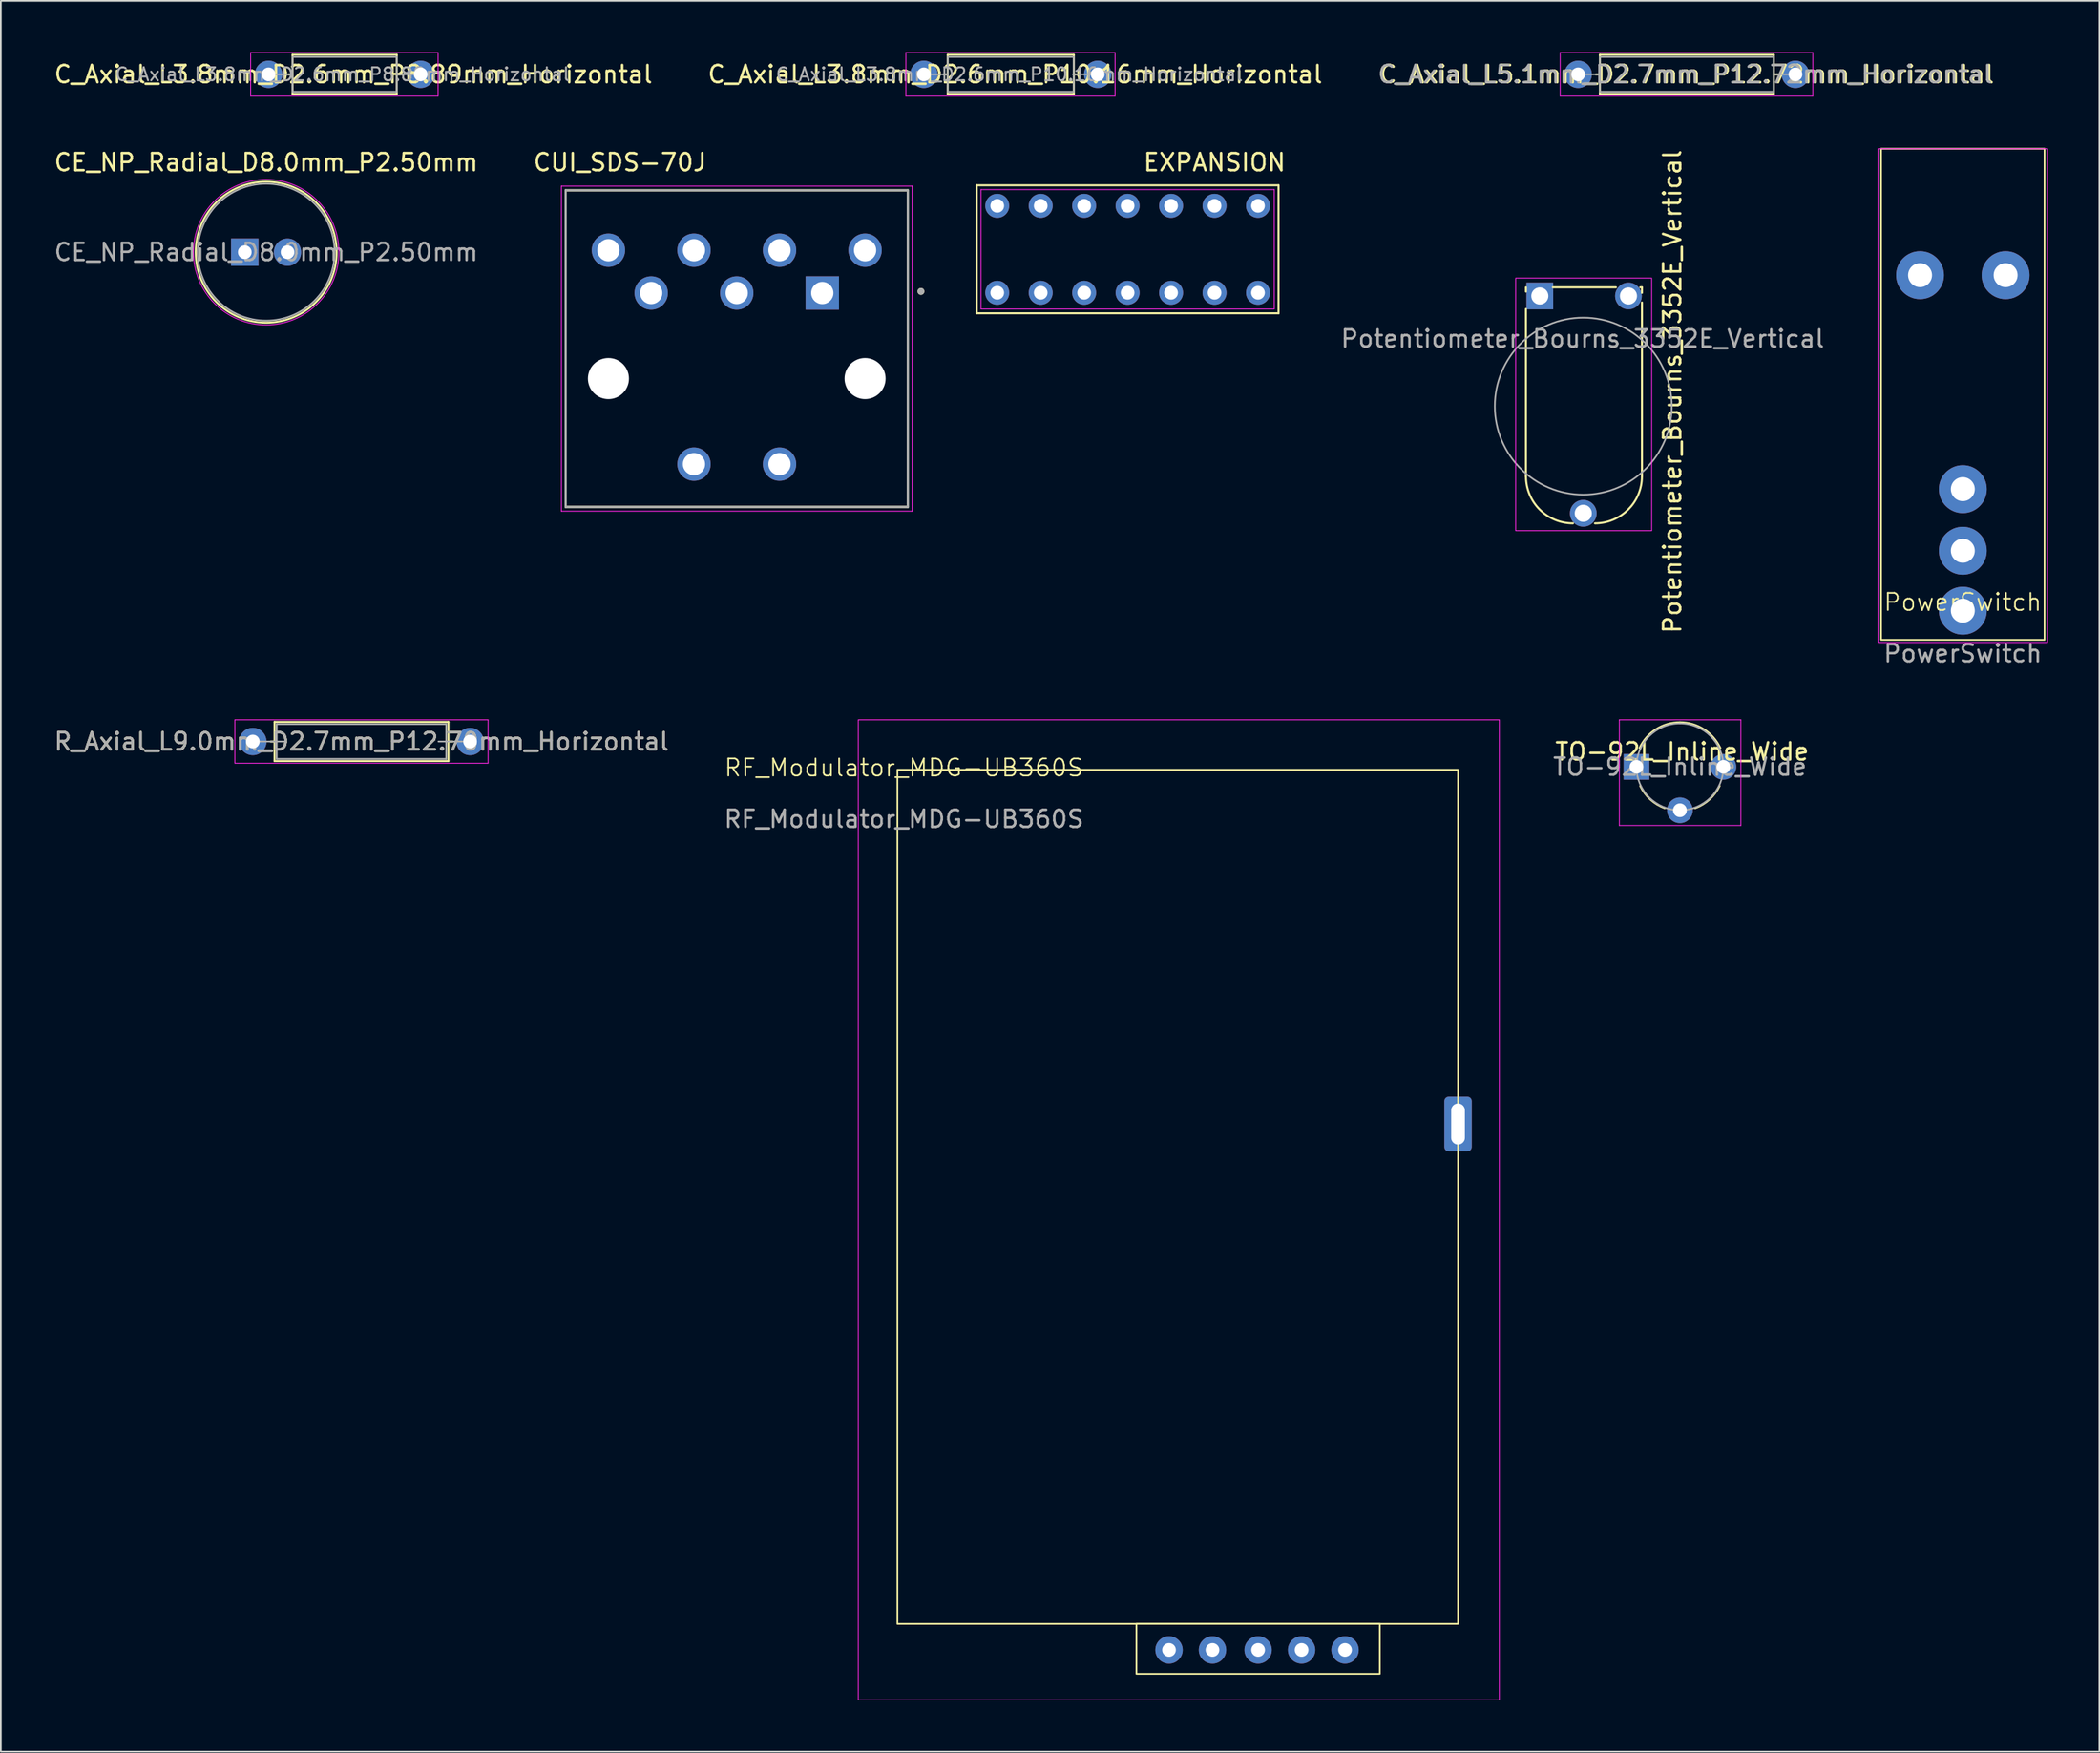
<source format=kicad_pcb>
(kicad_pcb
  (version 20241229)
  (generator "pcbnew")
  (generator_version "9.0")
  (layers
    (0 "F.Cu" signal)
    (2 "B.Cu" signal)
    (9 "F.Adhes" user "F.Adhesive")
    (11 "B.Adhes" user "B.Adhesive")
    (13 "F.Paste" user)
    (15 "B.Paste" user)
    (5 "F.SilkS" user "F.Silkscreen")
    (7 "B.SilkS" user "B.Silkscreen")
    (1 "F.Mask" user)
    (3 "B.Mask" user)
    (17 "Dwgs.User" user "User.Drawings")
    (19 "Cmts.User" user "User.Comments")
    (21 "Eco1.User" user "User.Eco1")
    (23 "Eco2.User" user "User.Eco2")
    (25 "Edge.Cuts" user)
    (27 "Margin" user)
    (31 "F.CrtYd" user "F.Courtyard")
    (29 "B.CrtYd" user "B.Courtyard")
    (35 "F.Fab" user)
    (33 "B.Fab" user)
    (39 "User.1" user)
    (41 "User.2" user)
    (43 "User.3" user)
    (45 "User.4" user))
  (footprint "Potentiometer_Bourns_3352E_Vertical"
    (layer "F.Cu")
    (at 86.945 14.246)
    (property "Reference" "Potentiometer_Bourns_3352E_Vertical" (at 7.747 5.588 90) (layer "F.SilkS") (effects (font (size 1 1) (thickness 0.15))))
    (attr through_hole)
    (fp_line (start -0.81 -0.504) (end -0.81 -0.254) (stroke (width 0.12) (type solid)) (layer "F.SilkS"))
    (fp_line (start -0.81 10.541) (end -0.81 0.762) (stroke (width 0.12) (type solid)) (layer "F.SilkS"))
    (fp_line (start 0.762 -0.504) (end 4.449 -0.504) (stroke (width 0.12) (type solid)) (layer "F.SilkS"))
    (fp_line (start 5.869 -0.504) (end 5.969 -0.504) (stroke (width 0.12) (type solid)) (layer "F.SilkS"))
    (fp_line (start 5.969 -0.504) (end 5.969 -0.183) (stroke (width 0.12) (type solid)) (layer "F.SilkS"))
    (fp_line (start 5.969 0.381) (end 5.969 10.541) (stroke (width 0.12) (type solid)) (layer "F.SilkS"))
    (fp_arc (start 1.935997 13.286997) (mid -0.005716 12.482713) (end -0.81 10.541) (stroke (width 0.12) (type solid)) (layer "F.SilkS"))
    (fp_arc (start 5.969 10.541) (mid 5.164716 12.482713) (end 3.223003 13.286997) (stroke (width 0.12) (type solid)) (layer "F.SilkS"))
    (fp_rect (start -1.411 -1.042) (end 6.538 13.716) (stroke (width 0.05) (type default)) (fill no) (layer "F.CrtYd"))
    (fp_circle (center 2.54 6.44) (end 5.54 2.229) (stroke (width 0.1) (type solid)) (fill no) (layer "F.Fab"))
    (fp_text user "${REFERENCE}" (at 2.5 2.5 0) (layer "F.Fab") (effects (font (size 1 1) (thickness 0.15))))
    (pad "1" thru_hole rect (at 0 0) (size 1.56 1.56) (drill 1) (layers "*.Cu" "*.Mask"))
    (pad "2" thru_hole circle (at 2.54 12.7) (size 1.56 1.56) (drill 1) (layers "*.Cu" "*.Mask"))
    (pad "3" thru_hole circle (at 5.18 0) (size 1.56 1.56) (drill 1) (layers "*.Cu" "*.Mask")))
  (footprint "C_Axial_L5.1mm_D2.7mm_P12.72mm_Horizontal"
    (layer "F.Cu")
    (at 89.185 1.295)
    (property "Reference" "C_Axial_L5.1mm_D2.7mm_P12.72mm_Horizontal" (at 6.35 0 0) (layer "F.SilkS") (effects (font (size 1 1) (thickness 0.15))))
    (attr through_hole)
    (fp_line (start 1.04 0) (end 1.27 0) (stroke (width 0.12) (type solid)) (layer "F.SilkS"))
    (fp_line (start 1.27 -1.143) (end 1.27 1.143) (stroke (width 0.12) (type solid)) (layer "F.SilkS"))
    (fp_line (start 1.27 1.143) (end 11.43 1.143) (stroke (width 0.12) (type solid)) (layer "F.SilkS"))
    (fp_line (start 11.43 -1.143) (end 1.27 -1.143) (stroke (width 0.12) (type solid)) (layer "F.SilkS"))
    (fp_line (start 11.43 1.143) (end 11.43 -1.143) (stroke (width 0.12) (type solid)) (layer "F.SilkS"))
    (fp_line (start 11.684 0) (end 11.43 0) (stroke (width 0.12) (type solid)) (layer "F.SilkS"))
    (fp_line (start -1.05 -1.27) (end -1.05 1.27) (stroke (width 0.05) (type solid)) (layer "F.CrtYd"))
    (fp_line (start -1.05 1.27) (end 13.716 1.27) (stroke (width 0.05) (type solid)) (layer "F.CrtYd"))
    (fp_line (start 13.716 -1.27) (end -1.05 -1.27) (stroke (width 0.05) (type solid)) (layer "F.CrtYd"))
    (fp_line (start 13.716 1.27) (end 13.716 -1.27) (stroke (width 0.05) (type solid)) (layer "F.CrtYd"))
    (fp_line (start 0 0) (end 1.27 0) (stroke (width 0.1) (type solid)) (layer "F.Fab"))
    (fp_line (start 1.27 -1.016) (end 1.27 1.016) (stroke (width 0.1) (type solid)) (layer "F.Fab"))
    (fp_line (start 1.27 1.016) (end 11.43 1.016) (stroke (width 0.1) (type solid)) (layer "F.Fab"))
    (fp_line (start 11.43 -1.016) (end 1.27 -1.016) (stroke (width 0.1) (type solid)) (layer "F.Fab"))
    (fp_line (start 11.43 1.016) (end 11.43 -1.016) (stroke (width 0.1) (type solid)) (layer "F.Fab"))
    (fp_line (start 12.5 0) (end 11.43 0) (stroke (width 0.1) (type solid)) (layer "F.Fab"))
    (fp_text user "${REFERENCE}" (at 6.25 0 0) (layer "F.Fab") (effects (font (size 1 1) (thickness 0.15))))
    (pad "1" thru_hole circle (at 0 0) (size 1.6 1.6) (drill 0.8) (layers "*.Cu" "*.Mask"))
    (pad "2" thru_hole oval (at 12.7 0) (size 1.6 1.6) (drill 0.8) (layers "*.Cu" "*.Mask")))
  (footprint "CE_NP_Radial_D8.0mm_P2.50mm"
    (layer "F.Cu")
    (at 11.256 11.688)
    (property "Reference" "CE_NP_Radial_D8.0mm_P2.50mm" (at 1.25 -5.25 0) (layer "F.SilkS") (effects (font (size 1 1) (thickness 0.15))))
    (attr through_hole)
    (fp_circle (center 1.25 0) (end 5.37 0) (stroke (width 0.12) (type solid)) (fill no) (layer "F.SilkS"))
    (fp_circle (center 1.25 0) (end 5.5 0) (stroke (width 0.05) (type solid)) (fill no) (layer "F.CrtYd"))
    (fp_circle (center 1.25 0) (end 5.25 0) (stroke (width 0.1) (type solid)) (fill no) (layer "F.Fab"))
    (fp_text user "${REFERENCE}" (at 1.25 0 0) (layer "F.Fab") (effects (font (size 1 1) (thickness 0.15))))
    (pad "1" thru_hole rect (at 0 0) (size 1.6 1.6) (drill 0.8) (layers "*.Cu" "*.Mask"))
    (pad "2" thru_hole circle (at 2.5 0) (size 1.6 1.6) (drill 0.8) (layers "*.Cu" "*.Mask")))
  (footprint "CUI_SDS-70J"
    (layer "F.Cu")
    (at 40.01 19.073)
    (property "Reference" "CUI_SDS-70J" (at -6.825 -12.635 0) (layer "F.SilkS") (effects (font (size 1 1) (thickness 0.15))))
    (attr through_hole)
    (fp_line (start -10 -11) (end 10 -11) (stroke (width 0.127) (type solid)) (layer "F.SilkS"))
    (fp_line (start -10 7.5) (end -10 -11) (stroke (width 0.127) (type solid)) (layer "F.SilkS"))
    (fp_line (start -10 7.5) (end 10 7.5) (stroke (width 0.127) (type solid)) (layer "F.SilkS"))
    (fp_line (start 10 -11) (end 10 7.5) (stroke (width 0.127) (type solid)) (layer "F.SilkS"))
    (fp_circle (center 10.764 -5.094) (end 10.864 -5.094) (stroke (width 0.2) (type solid)) (fill no) (layer "F.SilkS"))
    (fp_line (start -10.25 -11.25) (end 10.25 -11.25) (stroke (width 0.05) (type solid)) (layer "F.CrtYd"))
    (fp_line (start -10.25 7.75) (end -10.25 -11.25) (stroke (width 0.05) (type solid)) (layer "F.CrtYd"))
    (fp_line (start 10.25 -11.25) (end 10.25 7.75) (stroke (width 0.05) (type solid)) (layer "F.CrtYd"))
    (fp_line (start 10.25 7.75) (end -10.25 7.75) (stroke (width 0.05) (type solid)) (layer "F.CrtYd"))
    (fp_line (start -10 -11) (end 10 -11) (stroke (width 0.127) (type solid)) (layer "F.Fab"))
    (fp_line (start -10 7.5) (end -10 -11) (stroke (width 0.127) (type solid)) (layer "F.Fab"))
    (fp_line (start 10 -11) (end 10 7.5) (stroke (width 0.127) (type solid)) (layer "F.Fab"))
    (fp_line (start 10 7.5) (end -10 7.5) (stroke (width 0.127) (type solid)) (layer "F.Fab"))
    (fp_circle (center 10.764 -5.094) (end 10.864 -5.094) (stroke (width 0.2) (type solid)) (fill no) (layer "F.Fab"))
    (pad "" np_thru_hole circle (at -7.5 0) (size 2.4 2.4) (drill 2.4) (layers "*.Cu" "*.Mask"))
    (pad "" np_thru_hole circle (at 7.5 0) (size 2.4 2.4) (drill 2.4) (layers "*.Cu" "*.Mask"))
    (pad "1" thru_hole rect (at 5 -5) (size 1.95 1.95) (drill 1.3) (layers "*.Cu" "*.Mask"))
    (pad "2" thru_hole circle (at 0 -5) (size 1.95 1.95) (drill 1.3) (layers "*.Cu" "*.Mask"))
    (pad "3" thru_hole circle (at -5 -5) (size 1.95 1.95) (drill 1.3) (layers "*.Cu" "*.Mask"))
    (pad "4" thru_hole circle (at 2.5 -7.5) (size 1.95 1.95) (drill 1.3) (layers "*.Cu" "*.Mask"))
    (pad "5" thru_hole circle (at -2.5 -7.5) (size 1.95 1.95) (drill 1.3) (layers "*.Cu" "*.Mask"))
    (pad "6" thru_hole circle (at 7.5 -7.5) (size 1.95 1.95) (drill 1.3) (layers "*.Cu" "*.Mask"))
    (pad "7" thru_hole circle (at -7.5 -7.5) (size 1.95 1.95) (drill 1.3) (layers "*.Cu" "*.Mask"))
    (pad "E1" thru_hole circle (at -2.5 5) (size 1.95 1.95) (drill 1.3) (layers "*.Cu" "*.Mask"))
    (pad "E2" thru_hole circle (at 2.5 5) (size 1.95 1.95) (drill 1.3) (layers "*.Cu" "*.Mask")))
  (footprint "TO-92L_Inline_Wide"
    (layer "F.Cu")
    (at 92.593 41.763)
    (property "Reference" "TO-92L_Inline_Wide" (at 2.667 -0.889 0) (layer "F.SilkS") (effects (font (size 1 1) (thickness 0.15))))
    (attr through_hole)
    (fp_arc (start 0.1836 -1.098807) (mid 1.143021 -2.192817) (end 2.54 -2.6) (stroke (width 0.12) (type solid)) (layer "F.SilkS"))
    (fp_arc (start 1.651 2.413) (mid 0.811969 1.904415) (end 0.224485 1.118607) (stroke (width 0.12) (type solid)) (layer "F.SilkS"))
    (fp_arc (start 2.54 -2.6) (mid 3.936979 -2.192818) (end 4.8964 -1.098807) (stroke (width 0.12) (type solid)) (layer "F.SilkS"))
    (fp_arc (start 4.855515 1.118607) (mid 4.268031 1.904416) (end 3.429 2.413) (stroke (width 0.12) (type solid)) (layer "F.SilkS"))
    (fp_line (start -1 -2.75) (end -1 3.429) (stroke (width 0.05) (type solid)) (layer "F.CrtYd"))
    (fp_line (start -1 -2.75) (end 6.1 -2.75) (stroke (width 0.05) (type solid)) (layer "F.CrtYd"))
    (fp_line (start 6.1 3.429) (end -1 3.429) (stroke (width 0.05) (type solid)) (layer "F.CrtYd"))
    (fp_line (start 6.1 3.429) (end 6.1 -2.75) (stroke (width 0.05) (type solid)) (layer "F.CrtYd"))
    (fp_arc (start 2.54 -2.54) (mid 5.08 0) (end 2.54 2.54) (stroke (width 0.1) (type solid)) (layer "F.Fab"))
    (fp_arc (start 2.54 2.54) (mid 0 0) (end 2.54 -2.54) (stroke (width 0.1) (type solid)) (layer "F.Fab"))
    (fp_text user "${REFERENCE}" (at 2.54 0 0) (layer "F.Fab") (effects (font (size 1 1) (thickness 0.15))))
    (pad "1" thru_hole rect (at 0 0 90) (size 1.5 1.5) (drill 0.8) (layers "*.Cu" "*.Mask"))
    (pad "2" thru_hole circle (at 2.54 2.54 90) (size 1.5 1.5) (drill 0.8) (layers "*.Cu" "*.Mask"))
    (pad "3" thru_hole circle (at 5.08 0 90) (size 1.5 1.5) (drill 0.8) (layers "*.Cu" "*.Mask")))
  (footprint "C_Axial_L3.8mm_D2.6mm_P10.16mm_Horizontal"
    (layer "F.Cu")
    (at 50.946 1.295)
    (property "Reference" "C_Axial_L3.8mm_D2.6mm_P10.16mm_Horizontal" (at 5.334 0 0) (layer "F.SilkS") (effects (font (size 1 1) (thickness 0.15))))
    (attr through_hole)
    (fp_line (start 1.155 0) (end 1.385 0) (stroke (width 0.12) (type solid)) (layer "F.SilkS"))
    (fp_line (start 1.397 -1.143) (end 1.397 1.143) (stroke (width 0.12) (type solid)) (layer "F.SilkS"))
    (fp_line (start 1.397 1.143) (end 8.763 1.143) (stroke (width 0.12) (type solid)) (layer "F.SilkS"))
    (fp_line (start 8.763 -1.143) (end 1.397 -1.143) (stroke (width 0.12) (type solid)) (layer "F.SilkS"))
    (fp_line (start 8.763 1.143) (end 8.763 -1.143) (stroke (width 0.12) (type solid)) (layer "F.SilkS"))
    (fp_line (start 9.017 0) (end 8.763 0) (stroke (width 0.12) (type solid)) (layer "F.SilkS"))
    (fp_line (start -1.05 -1.27) (end -1.05 1.27) (stroke (width 0.05) (type solid)) (layer "F.CrtYd"))
    (fp_line (start -1.05 1.27) (end 11.176 1.27) (stroke (width 0.05) (type solid)) (layer "F.CrtYd"))
    (fp_line (start 11.176 -1.27) (end -1.05 -1.27) (stroke (width 0.05) (type solid)) (layer "F.CrtYd"))
    (fp_line (start 11.176 1.27) (end 11.176 -1.27) (stroke (width 0.05) (type solid)) (layer "F.CrtYd"))
    (fp_line (start 1.397 -1.016) (end 1.397 1.016) (stroke (width 0.1) (type solid)) (layer "F.Fab"))
    (fp_line (start 1.397 0) (end 0 0) (stroke (width 0.1) (type solid)) (layer "F.Fab"))
    (fp_line (start 1.397 1.016) (end 8.763 1.016) (stroke (width 0.1) (type solid)) (layer "F.Fab"))
    (fp_line (start 8.763 -1.016) (end 1.397 -1.016) (stroke (width 0.1) (type solid)) (layer "F.Fab"))
    (fp_line (start 8.763 1.016) (end 8.763 -1.016) (stroke (width 0.1) (type solid)) (layer "F.Fab"))
    (fp_line (start 10.08 0) (end 8.716 0) (stroke (width 0.1) (type solid)) (layer "F.Fab"))
    (fp_text user "${REFERENCE}" (at 5 0 0) (layer "F.Fab") (effects (font (size 0.76 0.76) (thickness 0.114))))
    (pad "1" thru_hole circle (at 0 0) (size 1.6 1.6) (drill 0.8) (layers "*.Cu" "*.Mask"))
    (pad "2" thru_hole oval (at 10.16 0) (size 1.6 1.6) (drill 0.8) (layers "*.Cu" "*.Mask")))
  (footprint "R_Axial_L9.0mm_D2.7mm_P12.70mm_Horizontal"
    (layer "F.Cu")
    (at 11.727 40.283)
    (property "Reference" "R_Axial_L9.0mm_D2.7mm_P12.70mm_Horizontal" (at 6.35 0 0) (layer "F.SilkS") (effects (font (size 1 1) (thickness 0.15))))
    (attr through_hole)
    (fp_line (start 1.04 0) (end 1.27 0) (stroke (width 0.12) (type solid)) (layer "F.SilkS"))
    (fp_line (start 1.27 -1.143) (end 1.27 1.143) (stroke (width 0.12) (type solid)) (layer "F.SilkS"))
    (fp_line (start 1.27 1.143) (end 11.43 1.143) (stroke (width 0.12) (type solid)) (layer "F.SilkS"))
    (fp_line (start 11.43 -1.143) (end 1.27 -1.143) (stroke (width 0.12) (type solid)) (layer "F.SilkS"))
    (fp_line (start 11.43 1.143) (end 11.43 -1.143) (stroke (width 0.12) (type solid)) (layer "F.SilkS"))
    (fp_line (start 11.684 0) (end 11.43 0) (stroke (width 0.12) (type solid)) (layer "F.SilkS"))
    (fp_line (start -1.05 -1.27) (end -1.05 1.27) (stroke (width 0.05) (type solid)) (layer "F.CrtYd"))
    (fp_line (start -1.05 1.27) (end 13.75 1.27) (stroke (width 0.05) (type solid)) (layer "F.CrtYd"))
    (fp_line (start 13.75 -1.27) (end -1.05 -1.27) (stroke (width 0.05) (type solid)) (layer "F.CrtYd"))
    (fp_line (start 13.75 1.27) (end 13.75 -1.27) (stroke (width 0.05) (type solid)) (layer "F.CrtYd"))
    (fp_line (start 0 0) (end 1.85 0) (stroke (width 0.1) (type solid)) (layer "F.Fab"))
    (fp_line (start 1.397 -1.016) (end 1.397 1.016) (stroke (width 0.1) (type solid)) (layer "F.Fab"))
    (fp_line (start 1.397 1.016) (end 11.303 1.016) (stroke (width 0.1) (type solid)) (layer "F.Fab"))
    (fp_line (start 11.303 -1.016) (end 1.397 -1.016) (stroke (width 0.1) (type solid)) (layer "F.Fab"))
    (fp_line (start 11.303 1.016) (end 11.303 -1.016) (stroke (width 0.1) (type solid)) (layer "F.Fab"))
    (fp_line (start 12.7 0) (end 10.85 0) (stroke (width 0.1) (type solid)) (layer "F.Fab"))
    (fp_text user "${REFERENCE}" (at 6.35 0 0) (layer "F.Fab") (effects (font (size 1 1) (thickness 0.15))))
    (pad "1" thru_hole circle (at 0 0) (size 1.6 1.6) (drill 0.8) (layers "*.Cu" "*.Mask"))
    (pad "2" thru_hole oval (at 12.7 0) (size 1.6 1.6) (drill 0.8) (layers "*.Cu" "*.Mask")))
  (footprint "C_Axial_L3.8mm_D2.6mm_P8.89mm_Horizontal"
    (layer "F.Cu")
    (at 12.648 1.295)
    (property "Reference" "C_Axial_L3.8mm_D2.6mm_P8.89mm_Horizontal" (at 4.953 0 0) (layer "F.SilkS") (effects (font (size 1 1) (thickness 0.15))))
    (attr through_hole)
    (fp_line (start 1.155 0) (end 1.385 0) (stroke (width 0.12) (type solid)) (layer "F.SilkS"))
    (fp_line (start 1.397 -1.143) (end 1.397 1.143) (stroke (width 0.12) (type solid)) (layer "F.SilkS"))
    (fp_line (start 1.397 1.143) (end 7.493 1.143) (stroke (width 0.12) (type solid)) (layer "F.SilkS"))
    (fp_line (start 7.493 -1.143) (end 1.397 -1.143) (stroke (width 0.12) (type solid)) (layer "F.SilkS"))
    (fp_line (start 7.493 1.143) (end 7.493 -1.143) (stroke (width 0.12) (type solid)) (layer "F.SilkS"))
    (fp_line (start 7.747 0) (end 7.493 0) (stroke (width 0.12) (type solid)) (layer "F.SilkS"))
    (fp_line (start -1.05 -1.27) (end -1.05 1.27) (stroke (width 0.05) (type solid)) (layer "F.CrtYd"))
    (fp_line (start -1.05 1.27) (end 9.906 1.27) (stroke (width 0.05) (type solid)) (layer "F.CrtYd"))
    (fp_line (start 9.906 -1.27) (end -1.05 -1.27) (stroke (width 0.05) (type solid)) (layer "F.CrtYd"))
    (fp_line (start 9.906 1.27) (end 9.906 -1.27) (stroke (width 0.05) (type solid)) (layer "F.CrtYd"))
    (fp_line (start 1.397 -1.016) (end 1.397 1.016) (stroke (width 0.1) (type solid)) (layer "F.Fab"))
    (fp_line (start 1.397 0) (end 0 0) (stroke (width 0.1) (type solid)) (layer "F.Fab"))
    (fp_line (start 1.397 1.016) (end 7.493 1.016) (stroke (width 0.1) (type solid)) (layer "F.Fab"))
    (fp_line (start 7.493 -1.016) (end 1.397 -1.016) (stroke (width 0.1) (type solid)) (layer "F.Fab"))
    (fp_line (start 7.493 1.016) (end 7.493 -1.016) (stroke (width 0.1) (type solid)) (layer "F.Fab"))
    (fp_line (start 8.89 0) (end 7.526 0) (stroke (width 0.1) (type solid)) (layer "F.Fab"))
    (fp_text user "${REFERENCE}" (at 4.318 0 0) (layer "F.Fab") (effects (font (size 0.76 0.76) (thickness 0.114))))
    (pad "1" thru_hole circle (at 0 0) (size 1.6 1.6) (drill 0.8) (layers "*.Cu" "*.Mask"))
    (pad "2" thru_hole oval (at 8.89 0) (size 1.6 1.6) (drill 0.8) (layers "*.Cu" "*.Mask")))
  (footprint "PowerSwitch"
    (layer "F.Cu")
    (at 111.667 32.64)
    (property "Reference" "PowerSwitch" (at 0 -0.5 0) (unlocked yes) (layer "F.SilkS") (effects (font (size 1 1) (thickness 0.1))))
    (attr through_hole)
    (fp_rect (start -4.775 -27) (end 4.775 1.702) (stroke (width 0.1) (type default)) (fill no) (layer "F.SilkS"))
    (fp_rect (start -4.953 -27) (end 4.953 1.854) (stroke (width 0.05) (type default)) (fill no) (layer "F.CrtYd"))
    (fp_text user "${REFERENCE}" (at 0 2.5 0) (unlocked yes) (layer "F.Fab") (effects (font (size 1 1) (thickness 0.15))))
    (pad "1" thru_hole circle (at 0 -7.104) (size 2.8 2.8) (drill 1.4) (layers "*.Cu" "*.Mask"))
    (pad "2" thru_hole circle (at 0 -3.505) (size 2.8 2.8) (drill 1.4) (layers "*.Cu" "*.Mask"))
    (pad "3" thru_hole circle (at 0 0) (size 2.8 2.8) (drill 1.4) (layers "*.Cu" "*.Mask"))
    (pad "MH" thru_hole circle (at -2.5 -19.609) (size 2.8 2.8) (drill 1.4) (layers "*.Cu" "*.Mask"))
    (pad "MH" thru_hole circle (at 2.5 -19.609) (size 2.8 2.8) (drill 1.4) (layers "*.Cu" "*.Mask")))
  (footprint "EXPANSION"
    (layer "F.Cu")
    (at 62.854 11.518)
    (property "Reference" "EXPANSION" (at 5.08 -5.08 180) (layer "F.SilkS") (effects (font (size 1 1) (thickness 0.15))))
    (attr through_hole)
    (fp_line (start -8.82 -3.74) (end -8.82 3.74) (stroke (width 0.12) (type default)) (layer "F.SilkS"))
    (fp_line (start -8.82 3.74) (end 8.82 3.74) (stroke (width 0.12) (type default)) (layer "F.SilkS"))
    (fp_line (start 8.82 -3.74) (end -8.82 -3.74) (stroke (width 0.12) (type default)) (layer "F.SilkS"))
    (fp_line (start 8.82 3.74) (end 8.82 -3.74) (stroke (width 0.12) (type default)) (layer "F.SilkS"))
    (fp_line (start -8.57 -3.49) (end 8.57 -3.49) (stroke (width 0.05) (type default)) (layer "F.CrtYd"))
    (fp_line (start -8.57 3.49) (end -8.57 -3.49) (stroke (width 0.05) (type default)) (layer "F.CrtYd"))
    (fp_line (start 8.57 -3.49) (end 8.57 3.49) (stroke (width 0.05) (type default)) (layer "F.CrtYd"))
    (fp_line (start 8.57 3.49) (end -8.57 3.49) (stroke (width 0.05) (type default)) (layer "F.CrtYd"))
    (pad "1" thru_hole circle (at 7.62 -2.54 180) (size 1.4 1.4) (drill 0.8) (layers "*.Cu" "*.Mask"))
    (pad "2" thru_hole circle (at 5.08 -2.54 180) (size 1.4 1.4) (drill 0.8) (layers "*.Cu" "*.Mask"))
    (pad "3" thru_hole circle (at 2.54 -2.54 180) (size 1.4 1.4) (drill 0.8) (layers "*.Cu" "*.Mask"))
    (pad "4" thru_hole circle (at 0 -2.54 180) (size 1.4 1.4) (drill 0.8) (layers "*.Cu" "*.Mask"))
    (pad "5" thru_hole circle (at -2.54 -2.54 180) (size 1.4 1.4) (drill 0.8) (layers "*.Cu" "*.Mask"))
    (pad "6" thru_hole circle (at -5.08 -2.54 180) (size 1.4 1.4) (drill 0.8) (layers "*.Cu" "*.Mask"))
    (pad "7" thru_hole circle (at -7.62 -2.54 180) (size 1.4 1.4) (drill 0.8) (layers "*.Cu" "*.Mask"))
    (pad "A" thru_hole circle (at 7.62 2.54 180) (size 1.4 1.4) (drill 0.8) (layers "*.Cu" "*.Mask"))
    (pad "B" thru_hole circle (at 5.08 2.54 180) (size 1.4 1.4) (drill 0.8) (layers "*.Cu" "*.Mask"))
    (pad "C" thru_hole circle (at 2.54 2.54 180) (size 1.4 1.4) (drill 0.8) (layers "*.Cu" "*.Mask"))
    (pad "D" thru_hole circle (at 0 2.54 180) (size 1.4 1.4) (drill 0.8) (layers "*.Cu" "*.Mask"))
    (pad "E" thru_hole circle (at -2.54 2.54 180) (size 1.4 1.4) (drill 0.8) (layers "*.Cu" "*.Mask"))
    (pad "F" thru_hole circle (at -5.08 2.54 180) (size 1.4 1.4) (drill 0.8) (layers "*.Cu" "*.Mask"))
    (pad "H" thru_hole circle (at -7.62 2.54 180) (size 1.4 1.4) (drill 0.8) (layers "*.Cu" "*.Mask")))
  (footprint "RF_Modulator_MDG-UB360S"
    (layer "F.Cu")
    (at 49.78 42.315)
    (property "Reference" "RF_Modulator_MDG-UB360S" (at 0 -0.5 0) (unlocked yes) (layer "F.SilkS") (effects (font (size 1 1) (thickness 0.1))))
    (attr through_hole)
    (fp_rect (start -0.381 -0.381) (end 32.385 49.53) (stroke (width 0.1) (type default)) (fill no) (layer "F.SilkS"))
    (fp_rect (start 13.589 49.53) (end 27.813 52.451) (stroke (width 0.1) (type default)) (fill no) (layer "F.SilkS"))
    (fp_rect (start -2.667 -3.302) (end 34.798 53.975) (stroke (width 0.05) (type default)) (fill no) (layer "F.CrtYd"))
    (fp_text user "${REFERENCE}" (at 0 2.5 0) (unlocked yes) (layer "F.Fab") (effects (font (size 1 1) (thickness 0.15))))
    (pad "1" thru_hole circle (at 15.494 51.054) (size 1.6 1.6) (drill 0.8) (layers "*.Cu" "*.Mask"))
    (pad "2" thru_hole circle (at 18.034 51.054) (size 1.6 1.6) (drill 0.8) (layers "*.Cu" "*.Mask"))
    (pad "3" thru_hole circle (at 20.701 51.054) (size 1.6 1.6) (drill 0.8) (layers "*.Cu" "*.Mask"))
    (pad "4" thru_hole circle (at 23.241 51.054) (size 1.6 1.6) (drill 0.8) (layers "*.Cu" "*.Mask"))
    (pad "5" thru_hole circle (at 25.781 51.054) (size 1.6 1.6) (drill 0.8) (layers "*.Cu" "*.Mask"))
    (pad "6" thru_hole roundrect (at 32.385 20.32) (size 1.6 3.2) (drill oval 0.8 2.4) (layers "*.Cu" "*.Mask") (roundrect_rratio 0.156)))
  (gr_rect
    (start -3 -3)
    (end 119.645 99.315)
    (stroke (width 0.1) (type default))
    (fill no)
    (layer "Edge.Cuts")))
</source>
